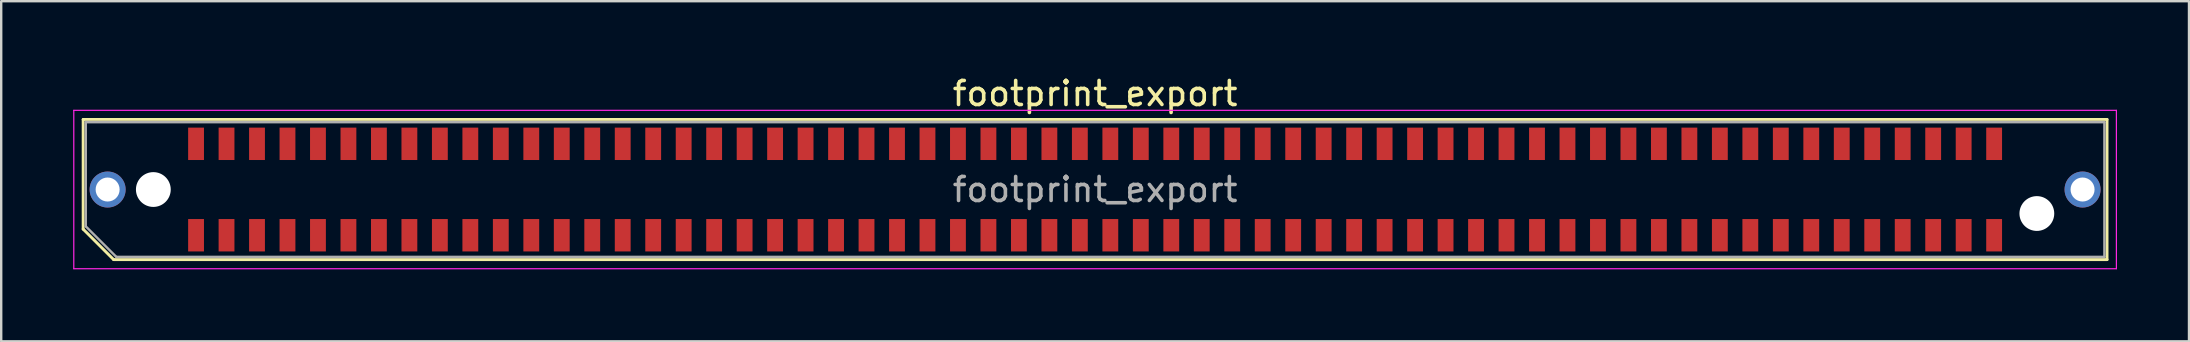
<source format=kicad_pcb>
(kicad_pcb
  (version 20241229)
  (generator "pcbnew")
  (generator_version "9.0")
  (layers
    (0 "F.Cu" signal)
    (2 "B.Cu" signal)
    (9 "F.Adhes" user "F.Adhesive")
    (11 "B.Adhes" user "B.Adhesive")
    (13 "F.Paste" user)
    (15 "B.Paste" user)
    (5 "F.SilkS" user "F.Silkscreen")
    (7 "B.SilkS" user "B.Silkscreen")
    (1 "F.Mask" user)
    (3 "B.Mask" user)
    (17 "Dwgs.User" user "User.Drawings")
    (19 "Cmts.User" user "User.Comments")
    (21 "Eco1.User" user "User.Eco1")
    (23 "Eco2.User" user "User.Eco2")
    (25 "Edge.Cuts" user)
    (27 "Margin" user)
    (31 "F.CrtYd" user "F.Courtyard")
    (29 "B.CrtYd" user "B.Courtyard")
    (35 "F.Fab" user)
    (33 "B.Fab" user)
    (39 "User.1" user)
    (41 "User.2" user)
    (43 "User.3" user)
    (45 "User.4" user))
  (footprint "footprint_export"
    (layer "F.Cu")
    (at 42.585 4.848)
    (property "Reference" "footprint_export" (at 0 -4 0) (layer "F.SilkS") (effects (font (size 1 1) (thickness 0.15))))
    (attr smd)
    (fp_line (start -42.17 -2.92) (end 42.17 -2.92) (stroke (width 0.12) (type solid)) (layer "F.SilkS"))
    (fp_line (start -42.17 1.65) (end -42.17 -2.92) (stroke (width 0.12) (type solid)) (layer "F.SilkS"))
    (fp_line (start -40.9 2.92) (end -42.17 1.65) (stroke (width 0.12) (type solid)) (layer "F.SilkS"))
    (fp_line (start -40.9 2.92) (end 42.17 2.92) (stroke (width 0.12) (type solid)) (layer "F.SilkS"))
    (fp_line (start 42.17 2.92) (end 42.17 -2.92) (stroke (width 0.12) (type solid)) (layer "F.SilkS"))
    (fp_line (start -42.56 -3.3) (end -42.56 3.3) (stroke (width 0.05) (type solid)) (layer "F.CrtYd"))
    (fp_line (start -42.56 3.3) (end 42.56 3.3) (stroke (width 0.05) (type solid)) (layer "F.CrtYd"))
    (fp_line (start 42.56 -3.3) (end -42.56 -3.3) (stroke (width 0.05) (type solid)) (layer "F.CrtYd"))
    (fp_line (start 42.56 3.3) (end 42.56 -3.3) (stroke (width 0.05) (type solid)) (layer "F.CrtYd"))
    (fp_line (start -42.06 -2.805) (end 42.06 -2.805) (stroke (width 0.1) (type solid)) (layer "F.Fab"))
    (fp_line (start -42.06 1.535) (end -42.06 -2.805) (stroke (width 0.1) (type solid)) (layer "F.Fab"))
    (fp_line (start -42.06 1.535) (end -40.79 2.805) (stroke (width 0.1) (type solid)) (layer "F.Fab"))
    (fp_line (start -40.79 2.805) (end 42.06 2.805) (stroke (width 0.1) (type solid)) (layer "F.Fab"))
    (fp_line (start 42.06 2.805) (end 42.06 -2.805) (stroke (width 0.1) (type solid)) (layer "F.Fab"))
    (fp_text user "${REFERENCE}" (at 0 0 0) (layer "F.Fab") (effects (font (size 1 1) (thickness 0.15))))
    (pad "" thru_hole circle (at -41.15 0) (size 1.5 1.5) (drill 1) (layers "*.Cu" "*.Mask"))
    (pad "" np_thru_hole circle (at -39.245 0) (size 1.45 1.45) (drill 1.45) (layers "*.Cu" "*.Mask"))
    (pad "" np_thru_hole circle (at 39.245 1) (size 1.45 1.45) (drill 1.45) (layers "*.Cu" "*.Mask"))
    (pad "" thru_hole circle (at 41.15 0) (size 1.5 1.5) (drill 1) (layers "*.Cu" "*.Mask"))
    (pad "1" smd rect (at -37.465 1.905) (size 0.66 1.35) (layers "F.Cu" "F.Mask" "F.Paste"))
    (pad "2" smd rect (at -37.465 -1.905) (size 0.66 1.35) (layers "F.Cu" "F.Mask" "F.Paste"))
    (pad "3" smd rect (at -36.195 1.905) (size 0.66 1.35) (layers "F.Cu" "F.Mask" "F.Paste"))
    (pad "4" smd rect (at -36.195 -1.905) (size 0.66 1.35) (layers "F.Cu" "F.Mask" "F.Paste"))
    (pad "5" smd rect (at -34.925 1.905) (size 0.66 1.35) (layers "F.Cu" "F.Mask" "F.Paste"))
    (pad "6" smd rect (at -34.925 -1.905) (size 0.66 1.35) (layers "F.Cu" "F.Mask" "F.Paste"))
    (pad "7" smd rect (at -33.655 1.905) (size 0.66 1.35) (layers "F.Cu" "F.Mask" "F.Paste"))
    (pad "8" smd rect (at -33.655 -1.905) (size 0.66 1.35) (layers "F.Cu" "F.Mask" "F.Paste"))
    (pad "9" smd rect (at -32.385 1.905) (size 0.66 1.35) (layers "F.Cu" "F.Mask" "F.Paste"))
    (pad "10" smd rect (at -32.385 -1.905) (size 0.66 1.35) (layers "F.Cu" "F.Mask" "F.Paste"))
    (pad "11" smd rect (at -31.115 1.905) (size 0.66 1.35) (layers "F.Cu" "F.Mask" "F.Paste"))
    (pad "12" smd rect (at -31.115 -1.905) (size 0.66 1.35) (layers "F.Cu" "F.Mask" "F.Paste"))
    (pad "13" smd rect (at -29.845 1.905) (size 0.66 1.35) (layers "F.Cu" "F.Mask" "F.Paste"))
    (pad "14" smd rect (at -29.845 -1.905) (size 0.66 1.35) (layers "F.Cu" "F.Mask" "F.Paste"))
    (pad "15" smd rect (at -28.575 1.905) (size 0.66 1.35) (layers "F.Cu" "F.Mask" "F.Paste"))
    (pad "16" smd rect (at -28.575 -1.905) (size 0.66 1.35) (layers "F.Cu" "F.Mask" "F.Paste"))
    (pad "17" smd rect (at -27.305 1.905) (size 0.66 1.35) (layers "F.Cu" "F.Mask" "F.Paste"))
    (pad "18" smd rect (at -27.305 -1.905) (size 0.66 1.35) (layers "F.Cu" "F.Mask" "F.Paste"))
    (pad "19" smd rect (at -26.035 1.905) (size 0.66 1.35) (layers "F.Cu" "F.Mask" "F.Paste"))
    (pad "20" smd rect (at -26.035 -1.905) (size 0.66 1.35) (layers "F.Cu" "F.Mask" "F.Paste"))
    (pad "21" smd rect (at -24.765 1.905) (size 0.66 1.35) (layers "F.Cu" "F.Mask" "F.Paste"))
    (pad "22" smd rect (at -24.765 -1.905) (size 0.66 1.35) (layers "F.Cu" "F.Mask" "F.Paste"))
    (pad "23" smd rect (at -23.495 1.905) (size 0.66 1.35) (layers "F.Cu" "F.Mask" "F.Paste"))
    (pad "24" smd rect (at -23.495 -1.905) (size 0.66 1.35) (layers "F.Cu" "F.Mask" "F.Paste"))
    (pad "25" smd rect (at -22.225 1.905) (size 0.66 1.35) (layers "F.Cu" "F.Mask" "F.Paste"))
    (pad "26" smd rect (at -22.225 -1.905) (size 0.66 1.35) (layers "F.Cu" "F.Mask" "F.Paste"))
    (pad "27" smd rect (at -20.955 1.905) (size 0.66 1.35) (layers "F.Cu" "F.Mask" "F.Paste"))
    (pad "28" smd rect (at -20.955 -1.905) (size 0.66 1.35) (layers "F.Cu" "F.Mask" "F.Paste"))
    (pad "29" smd rect (at -19.685 1.905) (size 0.66 1.35) (layers "F.Cu" "F.Mask" "F.Paste"))
    (pad "30" smd rect (at -19.685 -1.905) (size 0.66 1.35) (layers "F.Cu" "F.Mask" "F.Paste"))
    (pad "31" smd rect (at -18.415 1.905) (size 0.66 1.35) (layers "F.Cu" "F.Mask" "F.Paste"))
    (pad "32" smd rect (at -18.415 -1.905) (size 0.66 1.35) (layers "F.Cu" "F.Mask" "F.Paste"))
    (pad "33" smd rect (at -17.145 1.905) (size 0.66 1.35) (layers "F.Cu" "F.Mask" "F.Paste"))
    (pad "34" smd rect (at -17.145 -1.905) (size 0.66 1.35) (layers "F.Cu" "F.Mask" "F.Paste"))
    (pad "35" smd rect (at -15.875 1.905) (size 0.66 1.35) (layers "F.Cu" "F.Mask" "F.Paste"))
    (pad "36" smd rect (at -15.875 -1.905) (size 0.66 1.35) (layers "F.Cu" "F.Mask" "F.Paste"))
    (pad "37" smd rect (at -14.605 1.905) (size 0.66 1.35) (layers "F.Cu" "F.Mask" "F.Paste"))
    (pad "38" smd rect (at -14.605 -1.905) (size 0.66 1.35) (layers "F.Cu" "F.Mask" "F.Paste"))
    (pad "39" smd rect (at -13.335 1.905) (size 0.66 1.35) (layers "F.Cu" "F.Mask" "F.Paste"))
    (pad "40" smd rect (at -13.335 -1.905) (size 0.66 1.35) (layers "F.Cu" "F.Mask" "F.Paste"))
    (pad "41" smd rect (at -12.065 1.905) (size 0.66 1.35) (layers "F.Cu" "F.Mask" "F.Paste"))
    (pad "42" smd rect (at -12.065 -1.905) (size 0.66 1.35) (layers "F.Cu" "F.Mask" "F.Paste"))
    (pad "43" smd rect (at -10.795 1.905) (size 0.66 1.35) (layers "F.Cu" "F.Mask" "F.Paste"))
    (pad "44" smd rect (at -10.795 -1.905) (size 0.66 1.35) (layers "F.Cu" "F.Mask" "F.Paste"))
    (pad "45" smd rect (at -9.525 1.905) (size 0.66 1.35) (layers "F.Cu" "F.Mask" "F.Paste"))
    (pad "46" smd rect (at -9.525 -1.905) (size 0.66 1.35) (layers "F.Cu" "F.Mask" "F.Paste"))
    (pad "47" smd rect (at -8.255 1.905) (size 0.66 1.35) (layers "F.Cu" "F.Mask" "F.Paste"))
    (pad "48" smd rect (at -8.255 -1.905) (size 0.66 1.35) (layers "F.Cu" "F.Mask" "F.Paste"))
    (pad "49" smd rect (at -6.985 1.905) (size 0.66 1.35) (layers "F.Cu" "F.Mask" "F.Paste"))
    (pad "50" smd rect (at -6.985 -1.905) (size 0.66 1.35) (layers "F.Cu" "F.Mask" "F.Paste"))
    (pad "51" smd rect (at -5.715 1.905) (size 0.66 1.35) (layers "F.Cu" "F.Mask" "F.Paste"))
    (pad "52" smd rect (at -5.715 -1.905) (size 0.66 1.35) (layers "F.Cu" "F.Mask" "F.Paste"))
    (pad "53" smd rect (at -4.445 1.905) (size 0.66 1.35) (layers "F.Cu" "F.Mask" "F.Paste"))
    (pad "54" smd rect (at -4.445 -1.905) (size 0.66 1.35) (layers "F.Cu" "F.Mask" "F.Paste"))
    (pad "55" smd rect (at -3.175 1.905) (size 0.66 1.35) (layers "F.Cu" "F.Mask" "F.Paste"))
    (pad "56" smd rect (at -3.175 -1.905) (size 0.66 1.35) (layers "F.Cu" "F.Mask" "F.Paste"))
    (pad "57" smd rect (at -1.905 1.905) (size 0.66 1.35) (layers "F.Cu" "F.Mask" "F.Paste"))
    (pad "58" smd rect (at -1.905 -1.905) (size 0.66 1.35) (layers "F.Cu" "F.Mask" "F.Paste"))
    (pad "59" smd rect (at -0.635 1.905) (size 0.66 1.35) (layers "F.Cu" "F.Mask" "F.Paste"))
    (pad "60" smd rect (at -0.635 -1.905) (size 0.66 1.35) (layers "F.Cu" "F.Mask" "F.Paste"))
    (pad "61" smd rect (at 0.635 1.905) (size 0.66 1.35) (layers "F.Cu" "F.Mask" "F.Paste"))
    (pad "62" smd rect (at 0.635 -1.905) (size 0.66 1.35) (layers "F.Cu" "F.Mask" "F.Paste"))
    (pad "63" smd rect (at 1.905 1.905) (size 0.66 1.35) (layers "F.Cu" "F.Mask" "F.Paste"))
    (pad "64" smd rect (at 1.905 -1.905) (size 0.66 1.35) (layers "F.Cu" "F.Mask" "F.Paste"))
    (pad "65" smd rect (at 3.175 1.905) (size 0.66 1.35) (layers "F.Cu" "F.Mask" "F.Paste"))
    (pad "66" smd rect (at 3.175 -1.905) (size 0.66 1.35) (layers "F.Cu" "F.Mask" "F.Paste"))
    (pad "67" smd rect (at 4.445 1.905) (size 0.66 1.35) (layers "F.Cu" "F.Mask" "F.Paste"))
    (pad "68" smd rect (at 4.445 -1.905) (size 0.66 1.35) (layers "F.Cu" "F.Mask" "F.Paste"))
    (pad "69" smd rect (at 5.715 1.905) (size 0.66 1.35) (layers "F.Cu" "F.Mask" "F.Paste"))
    (pad "70" smd rect (at 5.715 -1.905) (size 0.66 1.35) (layers "F.Cu" "F.Mask" "F.Paste"))
    (pad "71" smd rect (at 6.985 1.905) (size 0.66 1.35) (layers "F.Cu" "F.Mask" "F.Paste"))
    (pad "72" smd rect (at 6.985 -1.905) (size 0.66 1.35) (layers "F.Cu" "F.Mask" "F.Paste"))
    (pad "73" smd rect (at 8.255 1.905) (size 0.66 1.35) (layers "F.Cu" "F.Mask" "F.Paste"))
    (pad "74" smd rect (at 8.255 -1.905) (size 0.66 1.35) (layers "F.Cu" "F.Mask" "F.Paste"))
    (pad "75" smd rect (at 9.525 1.905) (size 0.66 1.35) (layers "F.Cu" "F.Mask" "F.Paste"))
    (pad "76" smd rect (at 9.525 -1.905) (size 0.66 1.35) (layers "F.Cu" "F.Mask" "F.Paste"))
    (pad "77" smd rect (at 10.795 1.905) (size 0.66 1.35) (layers "F.Cu" "F.Mask" "F.Paste"))
    (pad "78" smd rect (at 10.795 -1.905) (size 0.66 1.35) (layers "F.Cu" "F.Mask" "F.Paste"))
    (pad "79" smd rect (at 12.065 1.905) (size 0.66 1.35) (layers "F.Cu" "F.Mask" "F.Paste"))
    (pad "80" smd rect (at 12.065 -1.905) (size 0.66 1.35) (layers "F.Cu" "F.Mask" "F.Paste"))
    (pad "81" smd rect (at 13.335 1.905) (size 0.66 1.35) (layers "F.Cu" "F.Mask" "F.Paste"))
    (pad "82" smd rect (at 13.335 -1.905) (size 0.66 1.35) (layers "F.Cu" "F.Mask" "F.Paste"))
    (pad "83" smd rect (at 14.605 1.905) (size 0.66 1.35) (layers "F.Cu" "F.Mask" "F.Paste"))
    (pad "84" smd rect (at 14.605 -1.905) (size 0.66 1.35) (layers "F.Cu" "F.Mask" "F.Paste"))
    (pad "85" smd rect (at 15.875 1.905) (size 0.66 1.35) (layers "F.Cu" "F.Mask" "F.Paste"))
    (pad "86" smd rect (at 15.875 -1.905) (size 0.66 1.35) (layers "F.Cu" "F.Mask" "F.Paste"))
    (pad "87" smd rect (at 17.145 1.905) (size 0.66 1.35) (layers "F.Cu" "F.Mask" "F.Paste"))
    (pad "88" smd rect (at 17.145 -1.905) (size 0.66 1.35) (layers "F.Cu" "F.Mask" "F.Paste"))
    (pad "89" smd rect (at 18.415 1.905) (size 0.66 1.35) (layers "F.Cu" "F.Mask" "F.Paste"))
    (pad "90" smd rect (at 18.415 -1.905) (size 0.66 1.35) (layers "F.Cu" "F.Mask" "F.Paste"))
    (pad "91" smd rect (at 19.685 1.905) (size 0.66 1.35) (layers "F.Cu" "F.Mask" "F.Paste"))
    (pad "92" smd rect (at 19.685 -1.905) (size 0.66 1.35) (layers "F.Cu" "F.Mask" "F.Paste"))
    (pad "93" smd rect (at 20.955 1.905) (size 0.66 1.35) (layers "F.Cu" "F.Mask" "F.Paste"))
    (pad "94" smd rect (at 20.955 -1.905) (size 0.66 1.35) (layers "F.Cu" "F.Mask" "F.Paste"))
    (pad "95" smd rect (at 22.225 1.905) (size 0.66 1.35) (layers "F.Cu" "F.Mask" "F.Paste"))
    (pad "96" smd rect (at 22.225 -1.905) (size 0.66 1.35) (layers "F.Cu" "F.Mask" "F.Paste"))
    (pad "97" smd rect (at 23.495 1.905) (size 0.66 1.35) (layers "F.Cu" "F.Mask" "F.Paste"))
    (pad "98" smd rect (at 23.495 -1.905) (size 0.66 1.35) (layers "F.Cu" "F.Mask" "F.Paste"))
    (pad "99" smd rect (at 24.765 1.905) (size 0.66 1.35) (layers "F.Cu" "F.Mask" "F.Paste"))
    (pad "100" smd rect (at 24.765 -1.905) (size 0.66 1.35) (layers "F.Cu" "F.Mask" "F.Paste"))
    (pad "101" smd rect (at 26.035 1.905) (size 0.66 1.35) (layers "F.Cu" "F.Mask" "F.Paste"))
    (pad "102" smd rect (at 26.035 -1.905) (size 0.66 1.35) (layers "F.Cu" "F.Mask" "F.Paste"))
    (pad "103" smd rect (at 27.305 1.905) (size 0.66 1.35) (layers "F.Cu" "F.Mask" "F.Paste"))
    (pad "104" smd rect (at 27.305 -1.905) (size 0.66 1.35) (layers "F.Cu" "F.Mask" "F.Paste"))
    (pad "105" smd rect (at 28.575 1.905) (size 0.66 1.35) (layers "F.Cu" "F.Mask" "F.Paste"))
    (pad "106" smd rect (at 28.575 -1.905) (size 0.66 1.35) (layers "F.Cu" "F.Mask" "F.Paste"))
    (pad "107" smd rect (at 29.845 1.905) (size 0.66 1.35) (layers "F.Cu" "F.Mask" "F.Paste"))
    (pad "108" smd rect (at 29.845 -1.905) (size 0.66 1.35) (layers "F.Cu" "F.Mask" "F.Paste"))
    (pad "109" smd rect (at 31.115 1.905) (size 0.66 1.35) (layers "F.Cu" "F.Mask" "F.Paste"))
    (pad "110" smd rect (at 31.115 -1.905) (size 0.66 1.35) (layers "F.Cu" "F.Mask" "F.Paste"))
    (pad "111" smd rect (at 32.385 1.905) (size 0.66 1.35) (layers "F.Cu" "F.Mask" "F.Paste"))
    (pad "112" smd rect (at 32.385 -1.905) (size 0.66 1.35) (layers "F.Cu" "F.Mask" "F.Paste"))
    (pad "113" smd rect (at 33.655 1.905) (size 0.66 1.35) (layers "F.Cu" "F.Mask" "F.Paste"))
    (pad "114" smd rect (at 33.655 -1.905) (size 0.66 1.35) (layers "F.Cu" "F.Mask" "F.Paste"))
    (pad "115" smd rect (at 34.925 1.905) (size 0.66 1.35) (layers "F.Cu" "F.Mask" "F.Paste"))
    (pad "116" smd rect (at 34.925 -1.905) (size 0.66 1.35) (layers "F.Cu" "F.Mask" "F.Paste"))
    (pad "117" smd rect (at 36.195 1.905) (size 0.66 1.35) (layers "F.Cu" "F.Mask" "F.Paste"))
    (pad "118" smd rect (at 36.195 -1.905) (size 0.66 1.35) (layers "F.Cu" "F.Mask" "F.Paste"))
    (pad "119" smd rect (at 37.465 1.905) (size 0.66 1.35) (layers "F.Cu" "F.Mask" "F.Paste"))
    (pad "120" smd rect (at 37.465 -1.905) (size 0.66 1.35) (layers "F.Cu" "F.Mask" "F.Paste")))
  (gr_rect
    (start -3 -3)
    (end 88.17 11.173)
    (stroke (width 0.1) (type default))
    (fill no)
    (layer "Edge.Cuts")))
</source>
